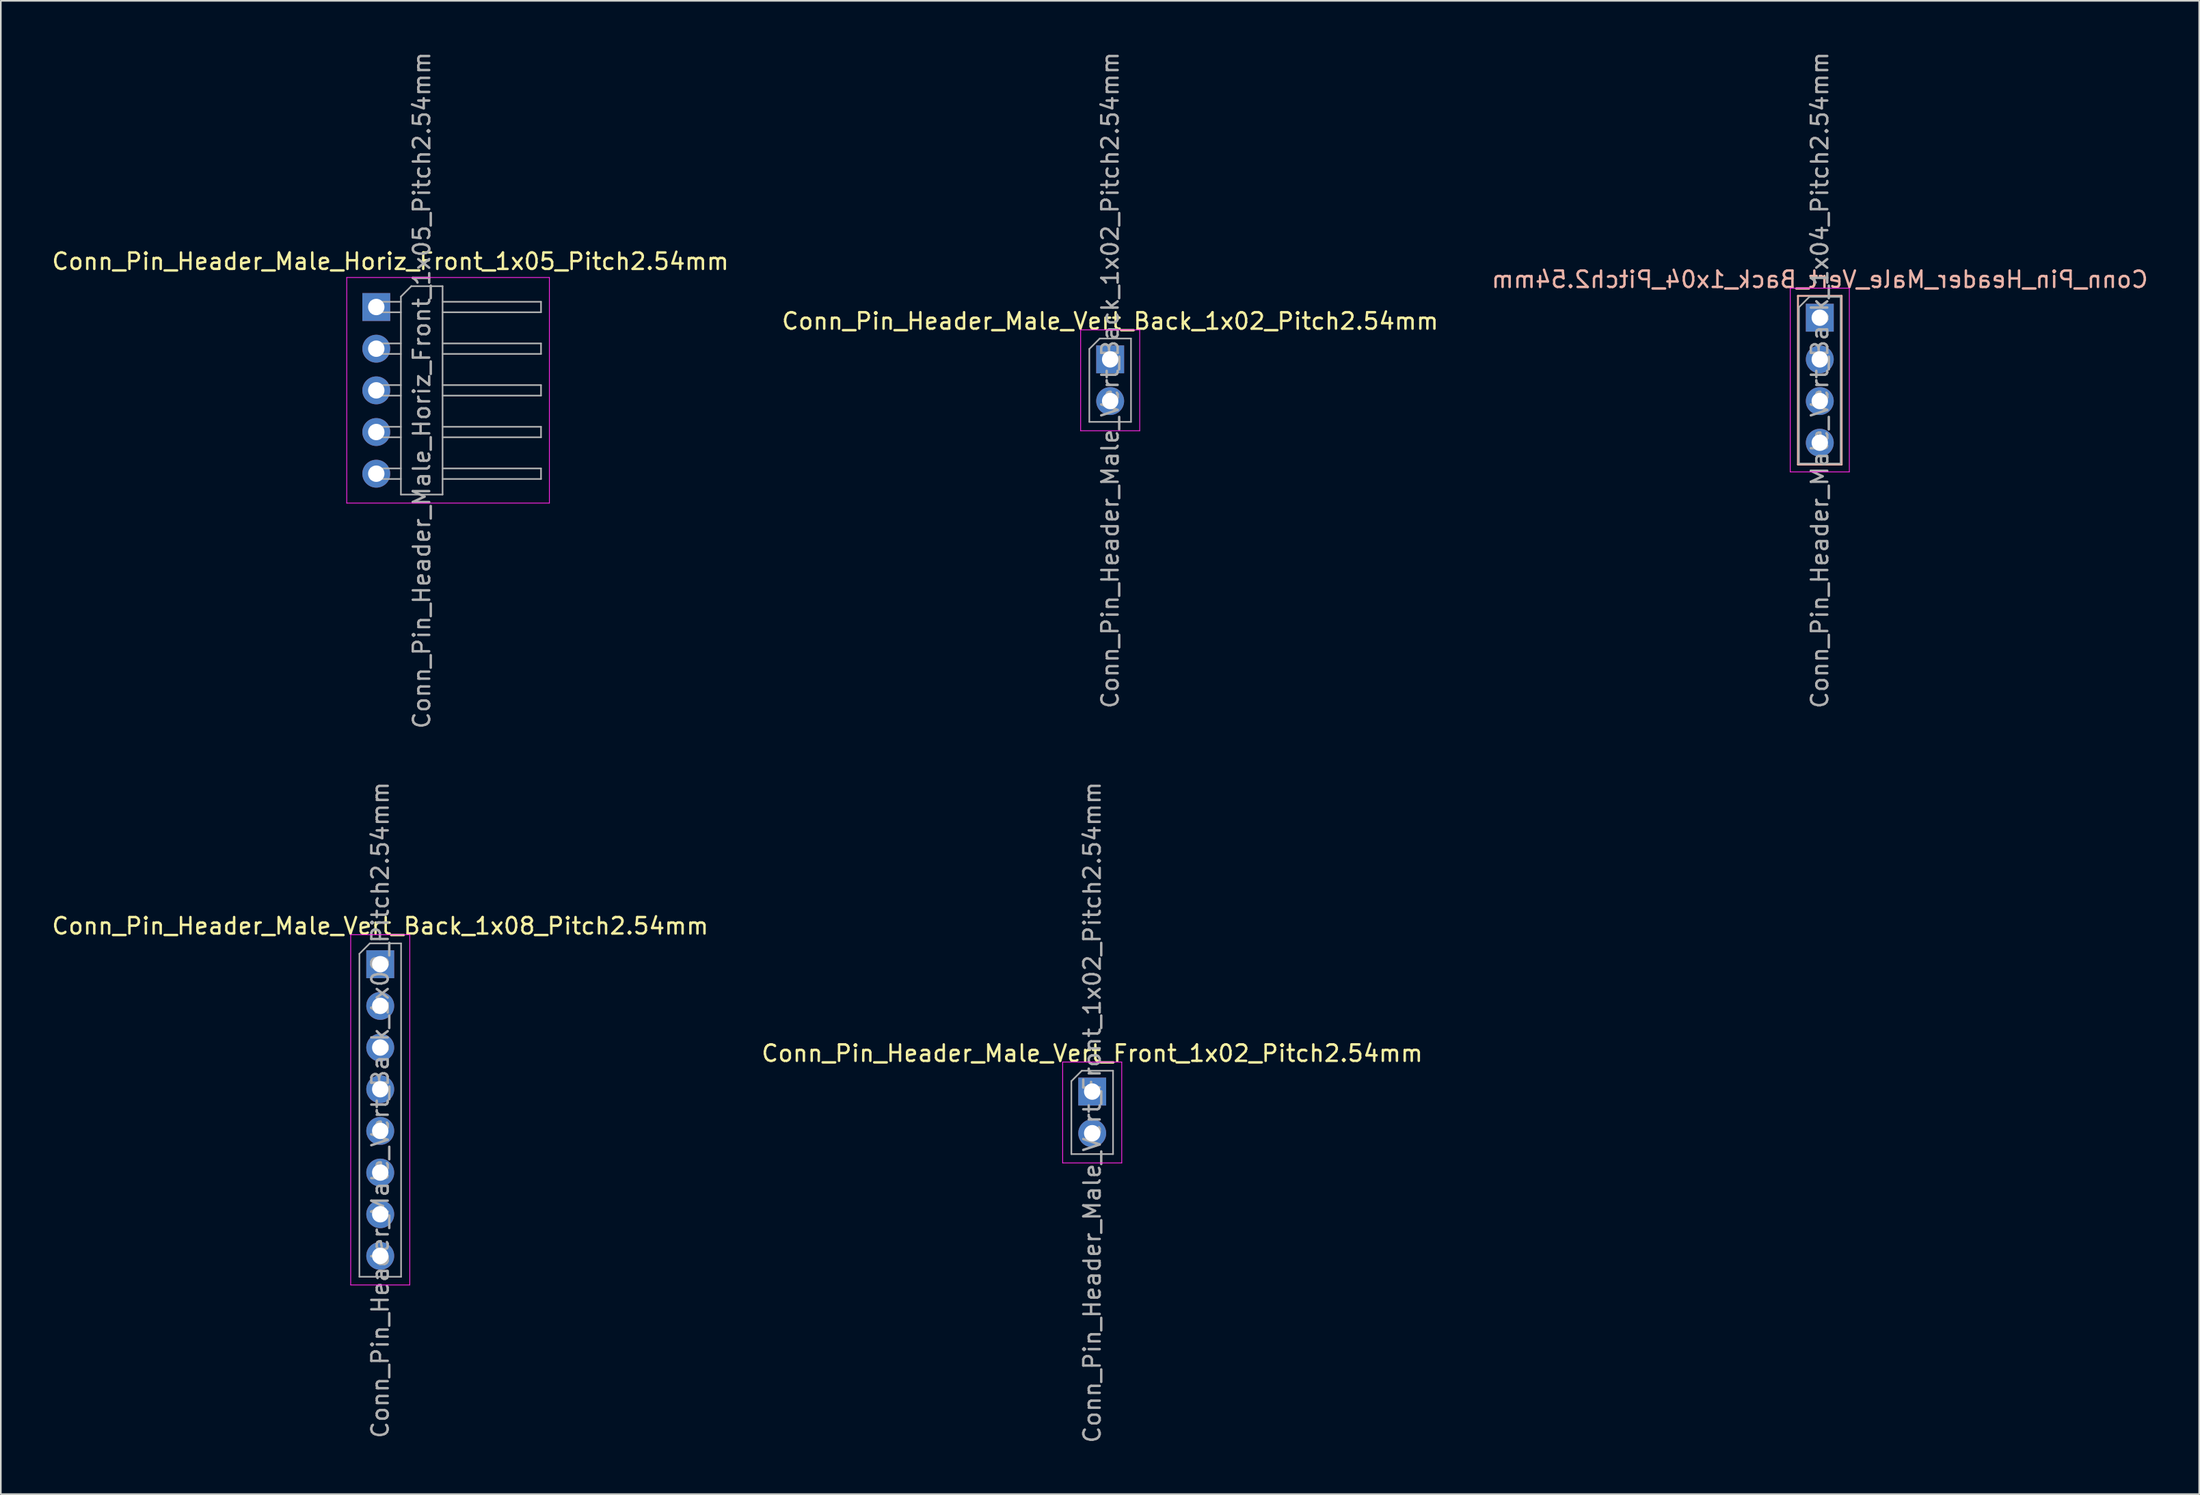
<source format=kicad_pcb>
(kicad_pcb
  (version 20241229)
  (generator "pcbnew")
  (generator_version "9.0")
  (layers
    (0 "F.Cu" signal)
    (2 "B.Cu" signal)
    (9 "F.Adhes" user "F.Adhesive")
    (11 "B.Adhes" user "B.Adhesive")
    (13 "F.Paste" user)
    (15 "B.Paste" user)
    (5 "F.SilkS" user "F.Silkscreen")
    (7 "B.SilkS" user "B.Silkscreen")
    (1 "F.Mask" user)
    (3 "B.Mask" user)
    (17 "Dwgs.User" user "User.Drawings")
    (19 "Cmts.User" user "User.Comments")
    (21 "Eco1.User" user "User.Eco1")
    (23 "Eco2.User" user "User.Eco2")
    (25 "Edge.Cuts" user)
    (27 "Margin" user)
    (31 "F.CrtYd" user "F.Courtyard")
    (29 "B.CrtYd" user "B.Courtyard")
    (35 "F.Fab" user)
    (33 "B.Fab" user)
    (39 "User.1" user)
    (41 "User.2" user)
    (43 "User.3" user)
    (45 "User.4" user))
  (footprint "Conn_Pin_Header_Male_Vert_Back_1x02_Pitch2.54mm"
    (layer "F.Cu")
    (at 64.613 18.855)
    (property "Reference" "Conn_Pin_Header_Male_Vert_Back_1x02_Pitch2.54mm" (at 0 -2.33 0) (layer "F.SilkS") (effects (font (size 1 1) (thickness 0.15))))
    (attr through_hole)
    (fp_line (start -1.8 -1.8) (end -1.8 4.35) (stroke (width 0.05) (type solid)) (layer "F.CrtYd"))
    (fp_line (start -1.8 4.35) (end 1.8 4.35) (stroke (width 0.05) (type solid)) (layer "F.CrtYd"))
    (fp_line (start 1.8 -1.8) (end -1.8 -1.8) (stroke (width 0.05) (type solid)) (layer "F.CrtYd"))
    (fp_line (start 1.8 4.35) (end 1.8 -1.8) (stroke (width 0.05) (type solid)) (layer "F.CrtYd"))
    (fp_line (start -1.27 -0.635) (end -0.635 -1.27) (stroke (width 0.1) (type solid)) (layer "F.Fab"))
    (fp_line (start -1.27 3.81) (end -1.27 -0.635) (stroke (width 0.1) (type solid)) (layer "F.Fab"))
    (fp_line (start -0.635 -1.27) (end 1.27 -1.27) (stroke (width 0.1) (type solid)) (layer "F.Fab"))
    (fp_line (start 1.27 -1.27) (end 1.27 3.81) (stroke (width 0.1) (type solid)) (layer "F.Fab"))
    (fp_line (start 1.27 3.81) (end -1.27 3.81) (stroke (width 0.1) (type solid)) (layer "F.Fab"))
    (fp_text user "${REFERENCE}" (at 0 1.27 90) (layer "F.Fab") (effects (font (size 1 1) (thickness 0.15))))
    (pad "1" thru_hole rect (at 0 0) (size 1.7 1.7) (drill 1) (layers "*.Cu" "*.Mask"))
    (pad "2" thru_hole oval (at 0 2.54) (size 1.7 1.7) (drill 1) (layers "*.Cu" "*.Mask")))
  (footprint "Conn_Pin_Header_Male_Horiz_Front_1x05_Pitch2.54mm"
    (layer "F.Cu")
    (at 19.884 15.664)
    (property "Reference" "Conn_Pin_Header_Male_Horiz_Front_1x05_Pitch2.54mm" (at 0.86 -2.78 0) (layer "F.SilkS") (effects (font (size 1 1) (thickness 0.15))))
    (attr through_hole)
    (fp_line (start -1.8 -1.8) (end -1.8 11.95) (stroke (width 0.05) (type solid)) (layer "F.CrtYd"))
    (fp_line (start -1.8 11.95) (end 10.55 11.95) (stroke (width 0.05) (type solid)) (layer "F.CrtYd"))
    (fp_line (start 10.55 -1.8) (end -1.8 -1.8) (stroke (width 0.05) (type solid)) (layer "F.CrtYd"))
    (fp_line (start 10.55 11.95) (end 10.55 -1.8) (stroke (width 0.05) (type solid)) (layer "F.CrtYd"))
    (fp_line (start -0.32 -0.32) (end -0.32 0.32) (stroke (width 0.1) (type solid)) (layer "F.Fab"))
    (fp_line (start -0.32 -0.32) (end 1.5 -0.32) (stroke (width 0.1) (type solid)) (layer "F.Fab"))
    (fp_line (start -0.32 0.32) (end 1.5 0.32) (stroke (width 0.1) (type solid)) (layer "F.Fab"))
    (fp_line (start -0.32 2.22) (end -0.32 2.86) (stroke (width 0.1) (type solid)) (layer "F.Fab"))
    (fp_line (start -0.32 2.22) (end 1.5 2.22) (stroke (width 0.1) (type solid)) (layer "F.Fab"))
    (fp_line (start -0.32 2.86) (end 1.5 2.86) (stroke (width 0.1) (type solid)) (layer "F.Fab"))
    (fp_line (start -0.32 4.76) (end -0.32 5.4) (stroke (width 0.1) (type solid)) (layer "F.Fab"))
    (fp_line (start -0.32 4.76) (end 1.5 4.76) (stroke (width 0.1) (type solid)) (layer "F.Fab"))
    (fp_line (start -0.32 5.4) (end 1.5 5.4) (stroke (width 0.1) (type solid)) (layer "F.Fab"))
    (fp_line (start -0.32 7.3) (end -0.32 7.94) (stroke (width 0.1) (type solid)) (layer "F.Fab"))
    (fp_line (start -0.32 7.3) (end 1.5 7.3) (stroke (width 0.1) (type solid)) (layer "F.Fab"))
    (fp_line (start -0.32 7.94) (end 1.5 7.94) (stroke (width 0.1) (type solid)) (layer "F.Fab"))
    (fp_line (start -0.32 9.84) (end -0.32 10.48) (stroke (width 0.1) (type solid)) (layer "F.Fab"))
    (fp_line (start -0.32 9.84) (end 1.5 9.84) (stroke (width 0.1) (type solid)) (layer "F.Fab"))
    (fp_line (start -0.32 10.48) (end 1.5 10.48) (stroke (width 0.1) (type solid)) (layer "F.Fab"))
    (fp_line (start 1.5 -0.635) (end 2.135 -1.27) (stroke (width 0.1) (type solid)) (layer "F.Fab"))
    (fp_line (start 1.5 11.43) (end 1.5 -0.635) (stroke (width 0.1) (type solid)) (layer "F.Fab"))
    (fp_line (start 2.135 -1.27) (end 4.04 -1.27) (stroke (width 0.1) (type solid)) (layer "F.Fab"))
    (fp_line (start 4.04 -1.27) (end 4.04 11.43) (stroke (width 0.1) (type solid)) (layer "F.Fab"))
    (fp_line (start 4.04 -0.32) (end 10.04 -0.32) (stroke (width 0.1) (type solid)) (layer "F.Fab"))
    (fp_line (start 4.04 0.32) (end 10.04 0.32) (stroke (width 0.1) (type solid)) (layer "F.Fab"))
    (fp_line (start 4.04 2.22) (end 10.04 2.22) (stroke (width 0.1) (type solid)) (layer "F.Fab"))
    (fp_line (start 4.04 2.86) (end 10.04 2.86) (stroke (width 0.1) (type solid)) (layer "F.Fab"))
    (fp_line (start 4.04 4.76) (end 10.04 4.76) (stroke (width 0.1) (type solid)) (layer "F.Fab"))
    (fp_line (start 4.04 5.4) (end 10.04 5.4) (stroke (width 0.1) (type solid)) (layer "F.Fab"))
    (fp_line (start 4.04 7.3) (end 10.04 7.3) (stroke (width 0.1) (type solid)) (layer "F.Fab"))
    (fp_line (start 4.04 7.94) (end 10.04 7.94) (stroke (width 0.1) (type solid)) (layer "F.Fab"))
    (fp_line (start 4.04 9.84) (end 10.04 9.84) (stroke (width 0.1) (type solid)) (layer "F.Fab"))
    (fp_line (start 4.04 10.48) (end 10.04 10.48) (stroke (width 0.1) (type solid)) (layer "F.Fab"))
    (fp_line (start 4.04 11.43) (end 1.5 11.43) (stroke (width 0.1) (type solid)) (layer "F.Fab"))
    (fp_line (start 10.04 -0.32) (end 10.04 0.32) (stroke (width 0.1) (type solid)) (layer "F.Fab"))
    (fp_line (start 10.04 2.22) (end 10.04 2.86) (stroke (width 0.1) (type solid)) (layer "F.Fab"))
    (fp_line (start 10.04 4.76) (end 10.04 5.4) (stroke (width 0.1) (type solid)) (layer "F.Fab"))
    (fp_line (start 10.04 7.3) (end 10.04 7.94) (stroke (width 0.1) (type solid)) (layer "F.Fab"))
    (fp_line (start 10.04 9.84) (end 10.04 10.48) (stroke (width 0.1) (type solid)) (layer "F.Fab"))
    (fp_text user "${REFERENCE}" (at 2.77 5.08 90) (layer "F.Fab") (effects (font (size 1 1) (thickness 0.15))))
    (pad "1" thru_hole rect (at 0 0) (size 1.7 1.7) (drill 1) (layers "*.Cu" "*.Mask"))
    (pad "2" thru_hole oval (at 0 2.54) (size 1.7 1.7) (drill 1) (layers "*.Cu" "*.Mask"))
    (pad "3" thru_hole oval (at 0 5.08) (size 1.7 1.7) (drill 1) (layers "*.Cu" "*.Mask"))
    (pad "4" thru_hole oval (at 0 7.62) (size 1.7 1.7) (drill 1) (layers "*.Cu" "*.Mask"))
    (pad "5" thru_hole oval (at 0 10.16) (size 1.7 1.7) (drill 1) (layers "*.Cu" "*.Mask")))
  (footprint "Conn_Pin_Header_Male_Vert_Back_1x04_Pitch2.54mm"
    (layer "F.Cu")
    (at 107.863 16.315)
    (property "Reference" "Conn_Pin_Header_Male_Vert_Back_1x04_Pitch2.54mm" (at 0 -2.33 0) (layer "B.SilkS") (effects (font (size 1 1) (thickness 0.15)) (justify mirror)))
    (attr through_hole)
    (fp_line (start -1.33 -1.33) (end -1.33 8.95) (stroke (width 0.12) (type solid)) (layer "B.SilkS"))
    (fp_line (start -1.33 -1.33) (end 1.33 -1.33) (stroke (width 0.12) (type solid)) (layer "B.SilkS"))
    (fp_line (start -1.33 8.95) (end 1.33 8.95) (stroke (width 0.12) (type solid)) (layer "B.SilkS"))
    (fp_line (start 1.33 -1.33) (end 1.33 8.95) (stroke (width 0.12) (type solid)) (layer "B.SilkS"))
    (fp_line (start -1.8 -1.8) (end -1.8 9.4) (stroke (width 0.05) (type solid)) (layer "F.CrtYd"))
    (fp_line (start -1.8 9.4) (end 1.8 9.4) (stroke (width 0.05) (type solid)) (layer "F.CrtYd"))
    (fp_line (start 1.8 -1.8) (end -1.8 -1.8) (stroke (width 0.05) (type solid)) (layer "F.CrtYd"))
    (fp_line (start 1.8 9.4) (end 1.8 -1.8) (stroke (width 0.05) (type solid)) (layer "F.CrtYd"))
    (fp_line (start -1.27 -0.635) (end -0.635 -1.27) (stroke (width 0.1) (type solid)) (layer "F.Fab"))
    (fp_line (start -1.27 8.89) (end -1.27 -0.635) (stroke (width 0.1) (type solid)) (layer "F.Fab"))
    (fp_line (start -0.635 -1.27) (end 1.27 -1.27) (stroke (width 0.1) (type solid)) (layer "F.Fab"))
    (fp_line (start 1.27 -1.27) (end 1.27 8.89) (stroke (width 0.1) (type solid)) (layer "F.Fab"))
    (fp_line (start 1.27 8.89) (end -1.27 8.89) (stroke (width 0.1) (type solid)) (layer "F.Fab"))
    (fp_text user "${REFERENCE}" (at 0 3.81 90) (layer "F.Fab") (effects (font (size 1 1) (thickness 0.15))))
    (pad "1" thru_hole rect (at 0 0) (size 1.7 1.7) (drill 1) (layers "*.Cu" "*.Mask"))
    (pad "2" thru_hole oval (at 0 2.54) (size 1.7 1.7) (drill 1) (layers "*.Cu" "*.Mask"))
    (pad "3" thru_hole oval (at 0 5.08) (size 1.7 1.7) (drill 1) (layers "*.Cu" "*.Mask"))
    (pad "4" thru_hole oval (at 0 7.62) (size 1.7 1.7) (drill 1) (layers "*.Cu" "*.Mask")))
  (footprint "Conn_Pin_Header_Male_Vert_Front_1x02_Pitch2.54mm"
    (layer "F.Cu")
    (at 63.518 63.486)
    (property "Reference" "Conn_Pin_Header_Male_Vert_Front_1x02_Pitch2.54mm" (at 0 -2.33 0) (layer "F.SilkS") (effects (font (size 1 1) (thickness 0.15))))
    (attr through_hole)
    (fp_line (start -1.8 -1.8) (end -1.8 4.35) (stroke (width 0.05) (type solid)) (layer "F.CrtYd"))
    (fp_line (start -1.8 4.35) (end 1.8 4.35) (stroke (width 0.05) (type solid)) (layer "F.CrtYd"))
    (fp_line (start 1.8 -1.8) (end -1.8 -1.8) (stroke (width 0.05) (type solid)) (layer "F.CrtYd"))
    (fp_line (start 1.8 4.35) (end 1.8 -1.8) (stroke (width 0.05) (type solid)) (layer "F.CrtYd"))
    (fp_line (start -1.27 -0.635) (end -0.635 -1.27) (stroke (width 0.1) (type solid)) (layer "F.Fab"))
    (fp_line (start -1.27 3.81) (end -1.27 -0.635) (stroke (width 0.1) (type solid)) (layer "F.Fab"))
    (fp_line (start -0.635 -1.27) (end 1.27 -1.27) (stroke (width 0.1) (type solid)) (layer "F.Fab"))
    (fp_line (start 1.27 -1.27) (end 1.27 3.81) (stroke (width 0.1) (type solid)) (layer "F.Fab"))
    (fp_line (start 1.27 3.81) (end -1.27 3.81) (stroke (width 0.1) (type solid)) (layer "F.Fab"))
    (fp_text user "${REFERENCE}" (at 0 1.27 90) (layer "F.Fab") (effects (font (size 1 1) (thickness 0.15))))
    (pad "1" thru_hole rect (at 0 0) (size 1.7 1.7) (drill 1) (layers "*.Cu" "*.Mask"))
    (pad "2" thru_hole oval (at 0 2.54) (size 1.7 1.7) (drill 1) (layers "*.Cu" "*.Mask")))
  (footprint "Conn_Pin_Header_Male_Vert_Back_1x08_Pitch2.54mm"
    (layer "F.Cu")
    (at 20.125 55.723)
    (property "Reference" "Conn_Pin_Header_Male_Vert_Back_1x08_Pitch2.54mm" (at 0 -2.33 0) (layer "F.SilkS") (effects (font (size 1 1) (thickness 0.15))))
    (attr through_hole)
    (fp_line (start -1.8 -1.8) (end -1.8 19.55) (stroke (width 0.05) (type solid)) (layer "F.CrtYd"))
    (fp_line (start -1.8 19.55) (end 1.8 19.55) (stroke (width 0.05) (type solid)) (layer "F.CrtYd"))
    (fp_line (start 1.8 -1.8) (end -1.8 -1.8) (stroke (width 0.05) (type solid)) (layer "F.CrtYd"))
    (fp_line (start 1.8 19.55) (end 1.8 -1.8) (stroke (width 0.05) (type solid)) (layer "F.CrtYd"))
    (fp_line (start -1.27 -0.635) (end -0.635 -1.27) (stroke (width 0.1) (type solid)) (layer "F.Fab"))
    (fp_line (start -1.27 19.05) (end -1.27 -0.635) (stroke (width 0.1) (type solid)) (layer "F.Fab"))
    (fp_line (start -0.635 -1.27) (end 1.27 -1.27) (stroke (width 0.1) (type solid)) (layer "F.Fab"))
    (fp_line (start 1.27 -1.27) (end 1.27 19.05) (stroke (width 0.1) (type solid)) (layer "F.Fab"))
    (fp_line (start 1.27 19.05) (end -1.27 19.05) (stroke (width 0.1) (type solid)) (layer "F.Fab"))
    (fp_text user "${REFERENCE}" (at 0 8.89 90) (layer "F.Fab") (effects (font (size 1 1) (thickness 0.15))))
    (pad "1" thru_hole rect (at 0 0) (size 1.7 1.7) (drill 1) (layers "*.Cu" "*.Mask"))
    (pad "2" thru_hole oval (at 0 2.54) (size 1.7 1.7) (drill 1) (layers "*.Cu" "*.Mask"))
    (pad "3" thru_hole oval (at 0 5.08) (size 1.7 1.7) (drill 1) (layers "*.Cu" "*.Mask"))
    (pad "4" thru_hole oval (at 0 7.62) (size 1.7 1.7) (drill 1) (layers "*.Cu" "*.Mask"))
    (pad "5" thru_hole oval (at 0 10.16) (size 1.7 1.7) (drill 1) (layers "*.Cu" "*.Mask"))
    (pad "6" thru_hole oval (at 0 12.7) (size 1.7 1.7) (drill 1) (layers "*.Cu" "*.Mask"))
    (pad "7" thru_hole oval (at 0 15.24) (size 1.7 1.7) (drill 1) (layers "*.Cu" "*.Mask"))
    (pad "8" thru_hole oval (at 0 17.78) (size 1.7 1.7) (drill 1) (layers "*.Cu" "*.Mask")))
  (gr_rect
    (start -3 -3)
    (end 130.988 88.024)
    (stroke (width 0.1) (type default))
    (fill no)
    (layer "Edge.Cuts")))
</source>
